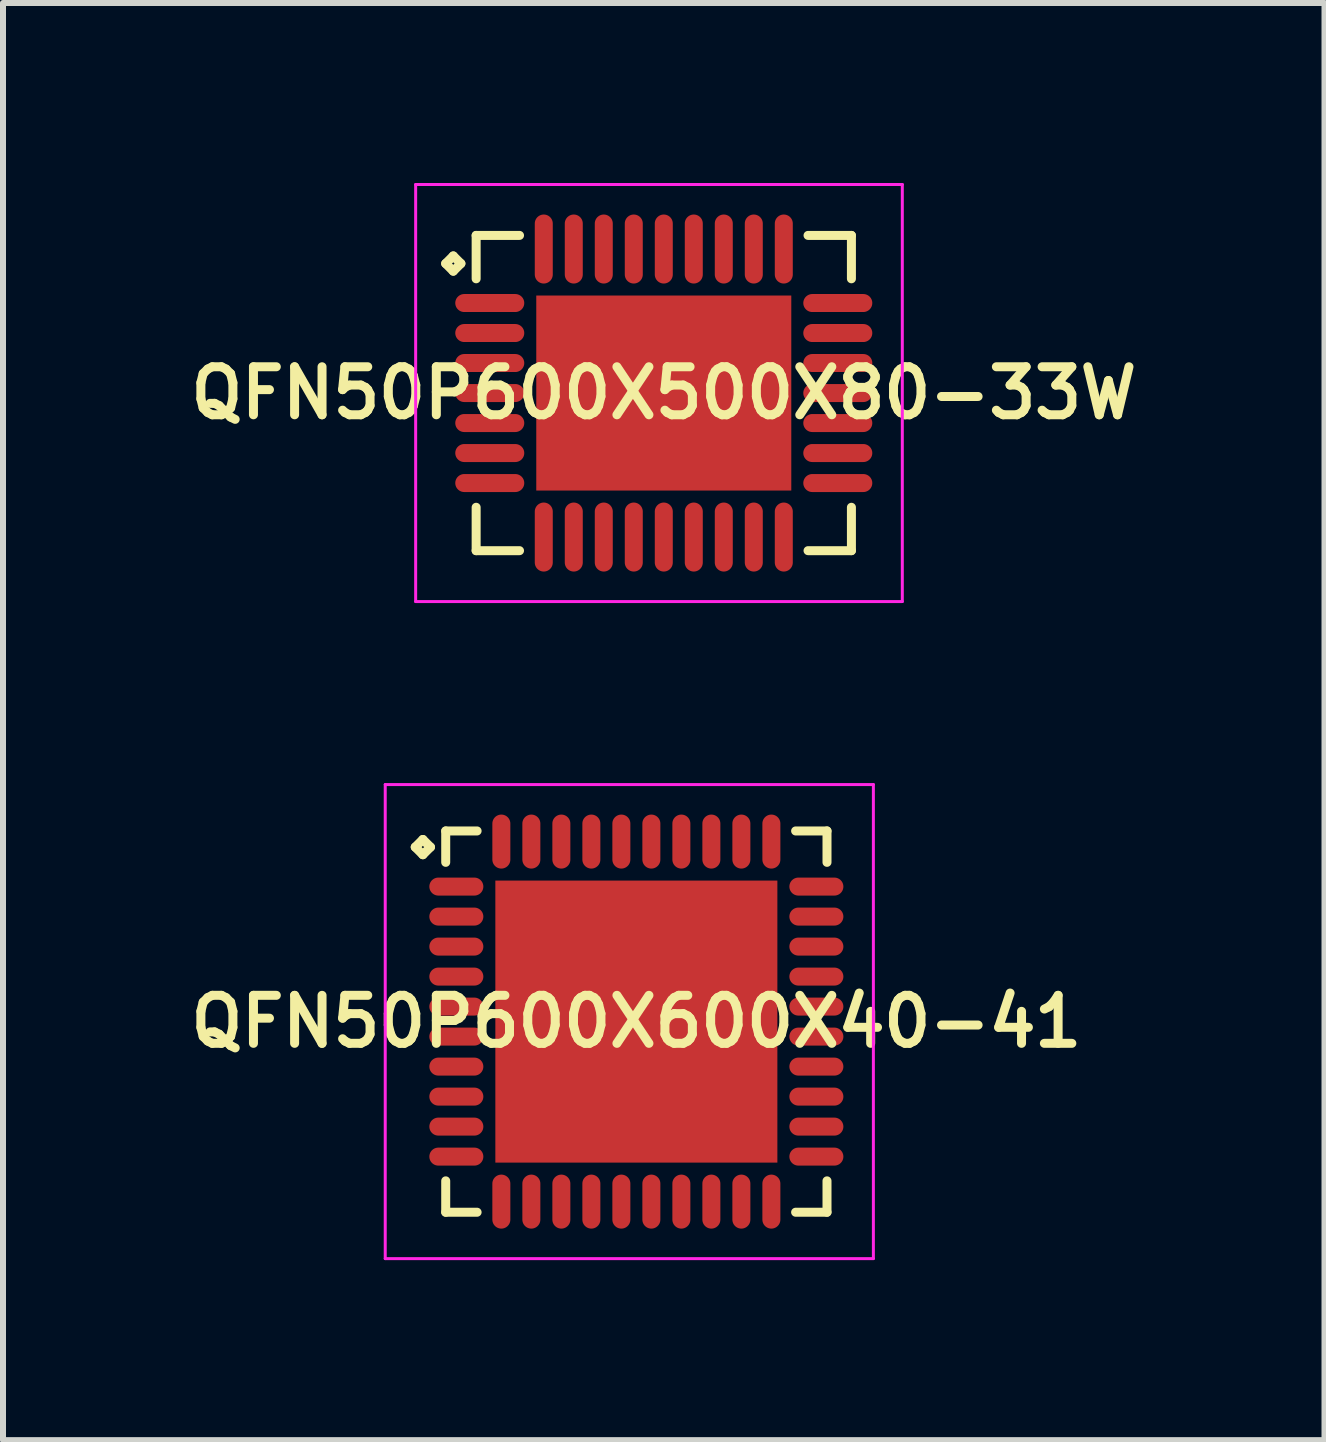
<source format=kicad_pcb>
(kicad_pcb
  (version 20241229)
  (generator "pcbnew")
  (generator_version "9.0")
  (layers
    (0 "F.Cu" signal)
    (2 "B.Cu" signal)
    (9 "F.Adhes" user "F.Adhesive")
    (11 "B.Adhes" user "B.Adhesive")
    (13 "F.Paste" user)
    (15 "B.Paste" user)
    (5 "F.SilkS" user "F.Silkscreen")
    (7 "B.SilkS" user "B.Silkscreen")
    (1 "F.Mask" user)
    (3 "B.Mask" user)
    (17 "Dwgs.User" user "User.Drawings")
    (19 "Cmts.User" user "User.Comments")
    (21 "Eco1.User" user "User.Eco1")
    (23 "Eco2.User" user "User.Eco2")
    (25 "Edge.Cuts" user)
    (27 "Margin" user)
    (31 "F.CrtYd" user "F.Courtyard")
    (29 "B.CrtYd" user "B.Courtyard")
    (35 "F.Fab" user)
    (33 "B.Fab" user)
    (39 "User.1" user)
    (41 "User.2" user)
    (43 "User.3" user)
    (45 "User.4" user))
  (footprint "QFN50P600X500X80-33W"
    (layer "F.Cu")
    (at 8.012 3.5)
    (property "Reference" "QFN50P600X500X80-33W" (at 0 0 0) (layer "F.SilkS") (effects (font (size 0.8 0.8) (thickness 0.15))))
    (attr smd)
    (fp_line (start -3.635 -2.158) (end -3.508 -2.285) (stroke (width 0.15) (type solid)) (layer "F.SilkS"))
    (fp_line (start -3.508 -2.285) (end -3.381 -2.158) (stroke (width 0.15) (type solid)) (layer "F.SilkS"))
    (fp_line (start -3.508 -2.031) (end -3.635 -2.158) (stroke (width 0.15) (type solid)) (layer "F.SilkS"))
    (fp_line (start -3.381 -2.158) (end -3.508 -2.031) (stroke (width 0.15) (type solid)) (layer "F.SilkS"))
    (fp_line (start -3.127 -2.627) (end -2.404 -2.627) (stroke (width 0.15) (type solid)) (layer "F.SilkS"))
    (fp_line (start -3.127 -1.904) (end -3.127 -2.627) (stroke (width 0.15) (type solid)) (layer "F.SilkS"))
    (fp_line (start -3.127 1.904) (end -3.127 2.627) (stroke (width 0.15) (type solid)) (layer "F.SilkS"))
    (fp_line (start -3.127 2.627) (end -2.404 2.627) (stroke (width 0.15) (type solid)) (layer "F.SilkS"))
    (fp_line (start 2.404 -2.627) (end 3.127 -2.627) (stroke (width 0.15) (type solid)) (layer "F.SilkS"))
    (fp_line (start 2.404 2.627) (end 3.127 2.627) (stroke (width 0.15) (type solid)) (layer "F.SilkS"))
    (fp_line (start 3.127 -2.627) (end 3.127 -1.904) (stroke (width 0.15) (type solid)) (layer "F.SilkS"))
    (fp_line (start 3.127 2.627) (end 3.127 1.904) (stroke (width 0.15) (type solid)) (layer "F.SilkS"))
    (fp_line (start -4.135 -3.475) (end 3.975 -3.475) (stroke (width 0.05) (type solid)) (layer "F.CrtYd"))
    (fp_line (start -4.135 3.475) (end -4.135 -3.475) (stroke (width 0.05) (type solid)) (layer "F.CrtYd"))
    (fp_line (start 3.975 -3.475) (end 3.975 3.475) (stroke (width 0.05) (type solid)) (layer "F.CrtYd"))
    (fp_line (start 3.975 3.475) (end -4.135 3.475) (stroke (width 0.05) (type solid)) (layer "F.CrtYd"))
    (pad "1" smd oval (at -2.9 -1.5) (size 1.15 0.3) (layers "F.Cu" "F.Mask" "F.Paste"))
    (pad "2" smd oval (at -2.9 -1) (size 1.15 0.3) (layers "F.Cu" "F.Mask" "F.Paste"))
    (pad "3" smd oval (at -2.9 -0.5) (size 1.15 0.3) (layers "F.Cu" "F.Mask" "F.Paste"))
    (pad "4" smd oval (at -2.9 0) (size 1.15 0.3) (layers "F.Cu" "F.Mask" "F.Paste"))
    (pad "5" smd oval (at -2.9 0.5) (size 1.15 0.3) (layers "F.Cu" "F.Mask" "F.Paste"))
    (pad "6" smd oval (at -2.9 1) (size 1.15 0.3) (layers "F.Cu" "F.Mask" "F.Paste"))
    (pad "7" smd oval (at -2.9 1.5) (size 1.15 0.3) (layers "F.Cu" "F.Mask" "F.Paste"))
    (pad "8" smd oval (at -2 2.4) (size 0.3 1.15) (layers "F.Cu" "F.Mask" "F.Paste"))
    (pad "9" smd oval (at -1.5 2.4) (size 0.3 1.15) (layers "F.Cu" "F.Mask" "F.Paste"))
    (pad "10" smd oval (at -1 2.4) (size 0.3 1.15) (layers "F.Cu" "F.Mask" "F.Paste"))
    (pad "11" smd oval (at -0.5 2.4) (size 0.3 1.15) (layers "F.Cu" "F.Mask" "F.Paste"))
    (pad "12" smd oval (at 0 2.4) (size 0.3 1.15) (layers "F.Cu" "F.Mask" "F.Paste"))
    (pad "13" smd oval (at 0.5 2.4) (size 0.3 1.15) (layers "F.Cu" "F.Mask" "F.Paste"))
    (pad "14" smd oval (at 1 2.4) (size 0.3 1.15) (layers "F.Cu" "F.Mask" "F.Paste"))
    (pad "15" smd oval (at 1.5 2.4) (size 0.3 1.15) (layers "F.Cu" "F.Mask" "F.Paste"))
    (pad "16" smd oval (at 2 2.4) (size 0.3 1.15) (layers "F.Cu" "F.Mask" "F.Paste"))
    (pad "17" smd oval (at 2.9 1.5) (size 1.15 0.3) (layers "F.Cu" "F.Mask" "F.Paste"))
    (pad "18" smd oval (at 2.9 1) (size 1.15 0.3) (layers "F.Cu" "F.Mask" "F.Paste"))
    (pad "19" smd oval (at 2.9 0.5) (size 1.15 0.3) (layers "F.Cu" "F.Mask" "F.Paste"))
    (pad "20" smd oval (at 2.9 0) (size 1.15 0.3) (layers "F.Cu" "F.Mask" "F.Paste"))
    (pad "21" smd oval (at 2.9 -0.5) (size 1.15 0.3) (layers "F.Cu" "F.Mask" "F.Paste"))
    (pad "22" smd oval (at 2.9 -1) (size 1.15 0.3) (layers "F.Cu" "F.Mask" "F.Paste"))
    (pad "23" smd oval (at 2.9 -1.5) (size 1.15 0.3) (layers "F.Cu" "F.Mask" "F.Paste"))
    (pad "24" smd oval (at 2 -2.4) (size 0.3 1.15) (layers "F.Cu" "F.Mask" "F.Paste"))
    (pad "25" smd oval (at 1.5 -2.4) (size 0.3 1.15) (layers "F.Cu" "F.Mask" "F.Paste"))
    (pad "26" smd oval (at 1 -2.4) (size 0.3 1.15) (layers "F.Cu" "F.Mask" "F.Paste"))
    (pad "27" smd oval (at 0.5 -2.4) (size 0.3 1.15) (layers "F.Cu" "F.Mask" "F.Paste"))
    (pad "28" smd oval (at 0 -2.4) (size 0.3 1.15) (layers "F.Cu" "F.Mask" "F.Paste"))
    (pad "29" smd oval (at -0.5 -2.4) (size 0.3 1.15) (layers "F.Cu" "F.Mask" "F.Paste"))
    (pad "30" smd oval (at -1 -2.4) (size 0.3 1.15) (layers "F.Cu" "F.Mask" "F.Paste"))
    (pad "31" smd oval (at -1.5 -2.4) (size 0.3 1.15) (layers "F.Cu" "F.Mask" "F.Paste"))
    (pad "32" smd oval (at -2 -2.4) (size 0.3 1.15) (layers "F.Cu" "F.Mask" "F.Paste"))
    (pad "33" smd rect (at 0 0) (size 4.25 3.25) (layers "F.Cu" "F.Mask" "F.Paste")))
  (footprint "QFN50P600X600X40-41"
    (layer "F.Cu")
    (at 7.555 13.975)
    (property "Reference" "QFN50P600X600X40-41" (at 0 0 0) (layer "F.SilkS") (effects (font (size 0.8 0.8) (thickness 0.15))))
    (attr smd)
    (fp_line (start -3.685 -2.908) (end -3.558 -3.035) (stroke (width 0.15) (type solid)) (layer "F.SilkS"))
    (fp_line (start -3.558 -3.035) (end -3.431 -2.908) (stroke (width 0.15) (type solid)) (layer "F.SilkS"))
    (fp_line (start -3.558 -2.781) (end -3.685 -2.908) (stroke (width 0.15) (type solid)) (layer "F.SilkS"))
    (fp_line (start -3.431 -2.908) (end -3.558 -2.781) (stroke (width 0.15) (type solid)) (layer "F.SilkS"))
    (fp_line (start -3.177 -3.177) (end -2.654 -3.177) (stroke (width 0.15) (type solid)) (layer "F.SilkS"))
    (fp_line (start -3.177 -2.654) (end -3.177 -3.177) (stroke (width 0.15) (type solid)) (layer "F.SilkS"))
    (fp_line (start -3.177 2.654) (end -3.177 3.177) (stroke (width 0.15) (type solid)) (layer "F.SilkS"))
    (fp_line (start -3.177 3.177) (end -2.654 3.177) (stroke (width 0.15) (type solid)) (layer "F.SilkS"))
    (fp_line (start 2.654 -3.177) (end 3.177 -3.177) (stroke (width 0.15) (type solid)) (layer "F.SilkS"))
    (fp_line (start 2.654 3.177) (end 3.177 3.177) (stroke (width 0.15) (type solid)) (layer "F.SilkS"))
    (fp_line (start 3.177 -3.177) (end 3.177 -2.654) (stroke (width 0.15) (type solid)) (layer "F.SilkS"))
    (fp_line (start 3.177 3.177) (end 3.177 2.654) (stroke (width 0.15) (type solid)) (layer "F.SilkS"))
    (fp_line (start -4.185 -3.95) (end 3.95 -3.95) (stroke (width 0.05) (type solid)) (layer "F.CrtYd"))
    (fp_line (start -4.185 3.95) (end -4.185 -3.95) (stroke (width 0.05) (type solid)) (layer "F.CrtYd"))
    (fp_line (start 3.95 -3.95) (end 3.95 3.95) (stroke (width 0.05) (type solid)) (layer "F.CrtYd"))
    (fp_line (start 3.95 3.95) (end -4.185 3.95) (stroke (width 0.05) (type solid)) (layer "F.CrtYd"))
    (pad "1" smd oval (at -3 -2.25) (size 0.9 0.3) (layers "F.Cu" "F.Mask" "F.Paste"))
    (pad "2" smd oval (at -3 -1.75) (size 0.9 0.3) (layers "F.Cu" "F.Mask" "F.Paste"))
    (pad "3" smd oval (at -3 -1.25) (size 0.9 0.3) (layers "F.Cu" "F.Mask" "F.Paste"))
    (pad "4" smd oval (at -3 -0.75) (size 0.9 0.3) (layers "F.Cu" "F.Mask" "F.Paste"))
    (pad "5" smd oval (at -3 -0.25) (size 0.9 0.3) (layers "F.Cu" "F.Mask" "F.Paste"))
    (pad "6" smd oval (at -3 0.25) (size 0.9 0.3) (layers "F.Cu" "F.Mask" "F.Paste"))
    (pad "7" smd oval (at -3 0.75) (size 0.9 0.3) (layers "F.Cu" "F.Mask" "F.Paste"))
    (pad "8" smd oval (at -3 1.25) (size 0.9 0.3) (layers "F.Cu" "F.Mask" "F.Paste"))
    (pad "9" smd oval (at -3 1.75) (size 0.9 0.3) (layers "F.Cu" "F.Mask" "F.Paste"))
    (pad "10" smd oval (at -3 2.25) (size 0.9 0.3) (layers "F.Cu" "F.Mask" "F.Paste"))
    (pad "11" smd oval (at -2.25 3) (size 0.3 0.9) (layers "F.Cu" "F.Mask" "F.Paste"))
    (pad "12" smd oval (at -1.75 3) (size 0.3 0.9) (layers "F.Cu" "F.Mask" "F.Paste"))
    (pad "13" smd oval (at -1.25 3) (size 0.3 0.9) (layers "F.Cu" "F.Mask" "F.Paste"))
    (pad "14" smd oval (at -0.75 3) (size 0.3 0.9) (layers "F.Cu" "F.Mask" "F.Paste"))
    (pad "15" smd oval (at -0.25 3) (size 0.3 0.9) (layers "F.Cu" "F.Mask" "F.Paste"))
    (pad "16" smd oval (at 0.25 3) (size 0.3 0.9) (layers "F.Cu" "F.Mask" "F.Paste"))
    (pad "17" smd oval (at 0.75 3) (size 0.3 0.9) (layers "F.Cu" "F.Mask" "F.Paste"))
    (pad "18" smd oval (at 1.25 3) (size 0.3 0.9) (layers "F.Cu" "F.Mask" "F.Paste"))
    (pad "19" smd oval (at 1.75 3) (size 0.3 0.9) (layers "F.Cu" "F.Mask" "F.Paste"))
    (pad "20" smd oval (at 2.25 3) (size 0.3 0.9) (layers "F.Cu" "F.Mask" "F.Paste"))
    (pad "21" smd oval (at 3 2.25) (size 0.9 0.3) (layers "F.Cu" "F.Mask" "F.Paste"))
    (pad "22" smd oval (at 3 1.75) (size 0.9 0.3) (layers "F.Cu" "F.Mask" "F.Paste"))
    (pad "23" smd oval (at 3 1.25) (size 0.9 0.3) (layers "F.Cu" "F.Mask" "F.Paste"))
    (pad "24" smd oval (at 3 0.75) (size 0.9 0.3) (layers "F.Cu" "F.Mask" "F.Paste"))
    (pad "25" smd oval (at 3 0.25) (size 0.9 0.3) (layers "F.Cu" "F.Mask" "F.Paste"))
    (pad "26" smd oval (at 3 -0.25) (size 0.9 0.3) (layers "F.Cu" "F.Mask" "F.Paste"))
    (pad "27" smd oval (at 3 -0.75) (size 0.9 0.3) (layers "F.Cu" "F.Mask" "F.Paste"))
    (pad "28" smd oval (at 3 -1.25) (size 0.9 0.3) (layers "F.Cu" "F.Mask" "F.Paste"))
    (pad "29" smd oval (at 3 -1.75) (size 0.9 0.3) (layers "F.Cu" "F.Mask" "F.Paste"))
    (pad "30" smd oval (at 3 -2.25) (size 0.9 0.3) (layers "F.Cu" "F.Mask" "F.Paste"))
    (pad "31" smd oval (at 2.25 -3) (size 0.3 0.9) (layers "F.Cu" "F.Mask" "F.Paste"))
    (pad "32" smd oval (at 1.75 -3) (size 0.3 0.9) (layers "F.Cu" "F.Mask" "F.Paste"))
    (pad "33" smd oval (at 1.25 -3) (size 0.3 0.9) (layers "F.Cu" "F.Mask" "F.Paste"))
    (pad "34" smd oval (at 0.75 -3) (size 0.3 0.9) (layers "F.Cu" "F.Mask" "F.Paste"))
    (pad "35" smd oval (at 0.25 -3) (size 0.3 0.9) (layers "F.Cu" "F.Mask" "F.Paste"))
    (pad "36" smd oval (at -0.25 -3) (size 0.3 0.9) (layers "F.Cu" "F.Mask" "F.Paste"))
    (pad "37" smd oval (at -0.75 -3) (size 0.3 0.9) (layers "F.Cu" "F.Mask" "F.Paste"))
    (pad "38" smd oval (at -1.25 -3) (size 0.3 0.9) (layers "F.Cu" "F.Mask" "F.Paste"))
    (pad "39" smd oval (at -1.75 -3) (size 0.3 0.9) (layers "F.Cu" "F.Mask" "F.Paste"))
    (pad "40" smd oval (at -2.25 -3) (size 0.3 0.9) (layers "F.Cu" "F.Mask" "F.Paste"))
    (pad "41" smd rect (at 0 0) (size 4.7 4.7) (layers "F.Cu" "F.Mask" "F.Paste")))
  (gr_rect
    (start -3 -3)
    (end 19.023 20.95)
    (stroke (width 0.1) (type default))
    (fill no)
    (layer "Edge.Cuts")))
</source>
